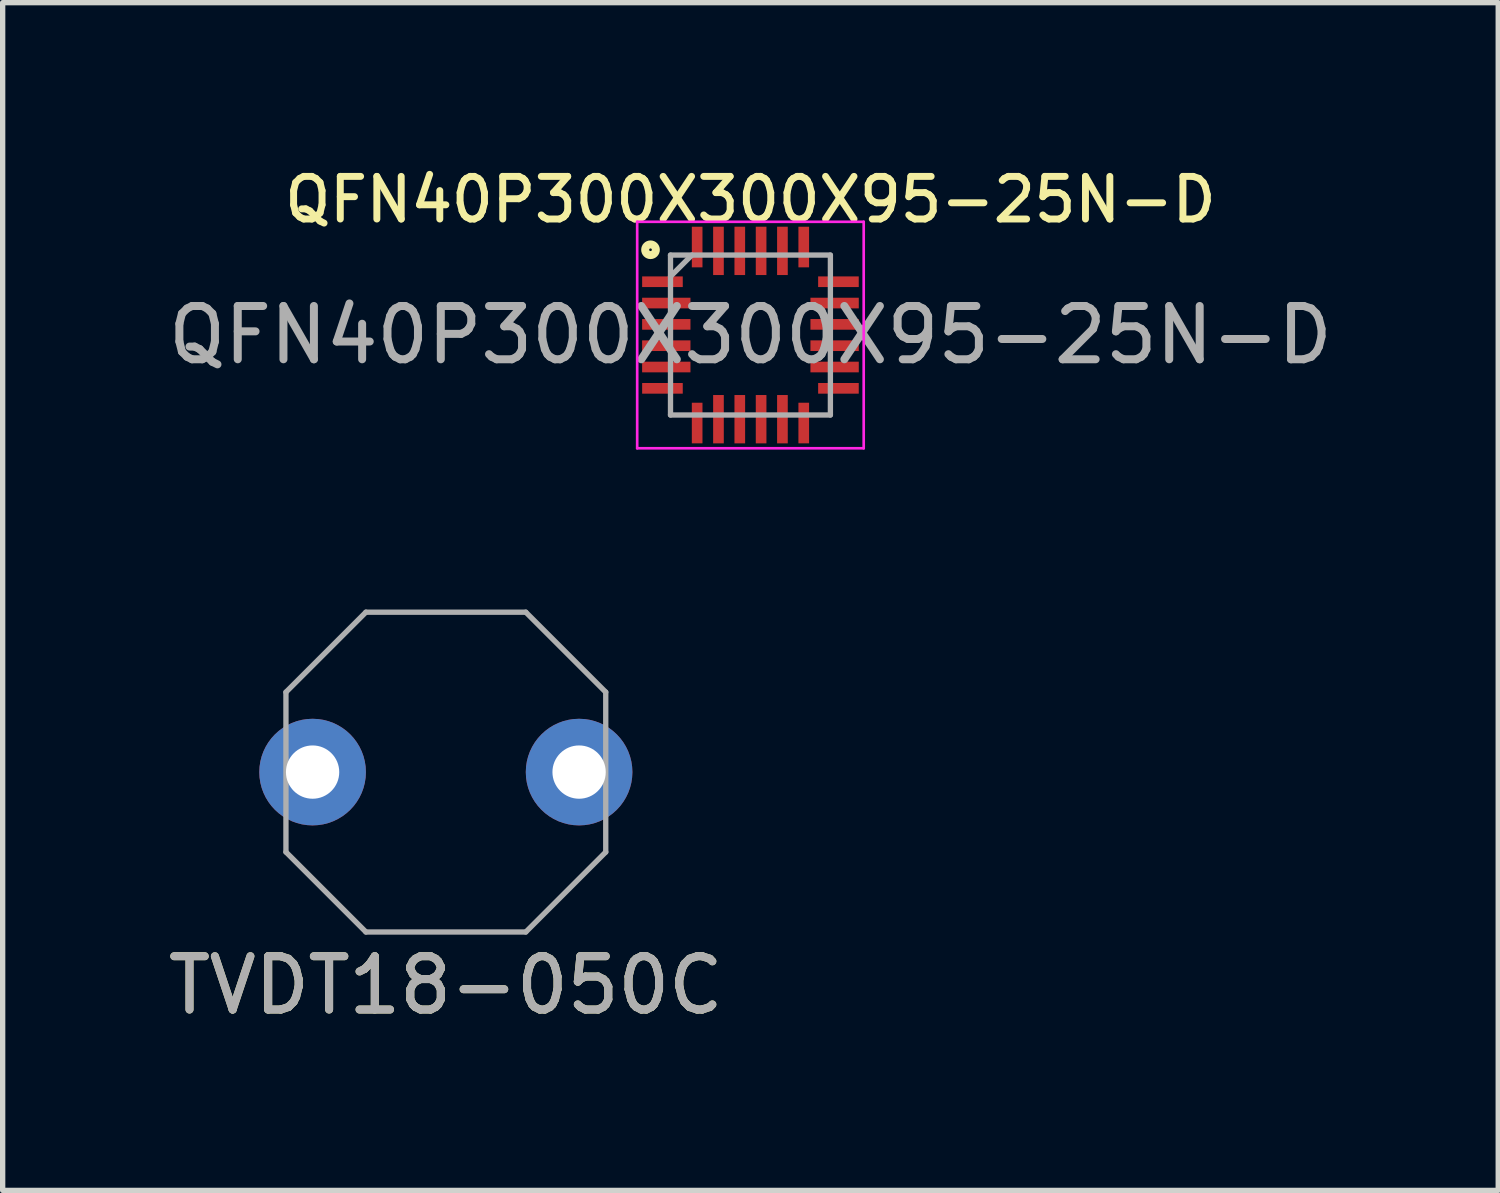
<source format=kicad_pcb>
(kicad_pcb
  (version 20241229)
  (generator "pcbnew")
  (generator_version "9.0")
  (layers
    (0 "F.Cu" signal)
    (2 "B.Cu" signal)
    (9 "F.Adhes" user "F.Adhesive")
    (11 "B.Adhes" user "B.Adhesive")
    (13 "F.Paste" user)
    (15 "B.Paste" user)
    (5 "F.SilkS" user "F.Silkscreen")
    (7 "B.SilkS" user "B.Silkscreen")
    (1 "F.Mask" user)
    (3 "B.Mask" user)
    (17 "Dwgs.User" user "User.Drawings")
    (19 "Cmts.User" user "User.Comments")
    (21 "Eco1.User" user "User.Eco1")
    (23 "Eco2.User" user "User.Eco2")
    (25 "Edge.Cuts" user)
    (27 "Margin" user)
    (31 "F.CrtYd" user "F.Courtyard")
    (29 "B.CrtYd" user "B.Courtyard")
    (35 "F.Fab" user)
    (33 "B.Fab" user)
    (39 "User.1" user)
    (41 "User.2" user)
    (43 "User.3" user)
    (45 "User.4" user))
  (footprint "TVDT18-050C"
    (layer "F.Cu")
    (at 5.315 11.436)
    (property "Reference" "TVDT18-050C" (at 0 4 0) (unlocked yes) (layer "F.SilkS") (effects (font (size 1 1) (thickness 0.15))))
    (attr through_hole)
    (fp_line (start -3 -1.5) (end -1.5 -3) (stroke (width 0.1) (type solid)) (layer "F.Fab"))
    (fp_line (start -3 1.5) (end -3 -1.5) (stroke (width 0.1) (type solid)) (layer "F.Fab"))
    (fp_line (start -1.5 -3) (end 1.5 -3) (stroke (width 0.1) (type solid)) (layer "F.Fab"))
    (fp_line (start -1.5 3) (end -3 1.5) (stroke (width 0.1) (type solid)) (layer "F.Fab"))
    (fp_line (start 1.5 -3) (end 3 -1.5) (stroke (width 0.1) (type solid)) (layer "F.Fab"))
    (fp_line (start 1.5 3) (end -1.5 3) (stroke (width 0.1) (type solid)) (layer "F.Fab"))
    (fp_line (start 3 -1.5) (end 3 1.5) (stroke (width 0.1) (type solid)) (layer "F.Fab"))
    (fp_line (start 3 1.5) (end 1.5 3) (stroke (width 0.1) (type solid)) (layer "F.Fab"))
    (fp_text user "${REFERENCE}" (at 0 4 0) (unlocked yes) (layer "F.Fab") (effects (font (size 1 1) (thickness 0.15))))
    (pad "1" thru_hole circle (at -2.5 0) (size 2 2) (drill 1) (layers "*.Cu" "*.Mask"))
    (pad "2" thru_hole circle (at 2.5 0) (size 2 2) (drill 1) (layers "*.Cu" "*.Mask")))
  (footprint "QFN40P300X300X95-25N-D"
    (layer "F.Cu")
    (at 11.03 3.236)
    (property "Reference" "QFN40P300X300X95-25N-D" (at 0 -2.54 0) (unlocked yes) (layer "F.SilkS") (effects (font (size 0.8 0.8) (thickness 0.13))))
    (attr smd)
    (fp_circle (center -1.875 -1.6) (end -1.875 -1.5) (stroke (width 0.15) (type solid)) (fill no) (layer "F.SilkS"))
    (fp_line (start -2.125 -2.125) (end 2.125 -2.125) (stroke (width 0.05) (type solid)) (layer "F.CrtYd"))
    (fp_line (start -2.125 2.125) (end -2.125 -2.125) (stroke (width 0.05) (type solid)) (layer "F.CrtYd"))
    (fp_line (start 2.125 -2.125) (end 2.125 2.125) (stroke (width 0.05) (type solid)) (layer "F.CrtYd"))
    (fp_line (start 2.125 2.125) (end -2.125 2.125) (stroke (width 0.05) (type solid)) (layer "F.CrtYd"))
    (fp_line (start -1.5 -1.5) (end 1.5 -1.5) (stroke (width 0.1) (type solid)) (layer "F.Fab"))
    (fp_line (start -1.5 -1.1) (end -1.1 -1.5) (stroke (width 0.1) (type solid)) (layer "F.Fab"))
    (fp_line (start -1.5 1.5) (end -1.5 -1.5) (stroke (width 0.1) (type solid)) (layer "F.Fab"))
    (fp_line (start 1.5 -1.5) (end 1.5 1.5) (stroke (width 0.1) (type solid)) (layer "F.Fab"))
    (fp_line (start 1.5 1.5) (end -1.5 1.5) (stroke (width 0.1) (type solid)) (layer "F.Fab"))
    (fp_text user "${REFERENCE}" (at 0 0 0) (unlocked yes) (layer "F.Fab") (effects (font (size 1 1) (thickness 0.15))))
    (pad "1" smd rect (at -1.651 -1 90) (size 0.2 0.762) (layers "F.Cu" "F.Mask" "F.Paste"))
    (pad "2" smd rect (at -1.579 -0.6 90) (size 0.2 0.907) (layers "F.Cu" "F.Mask" "F.Paste"))
    (pad "3" smd rect (at -1.579 -0.2 90) (size 0.2 0.907) (layers "F.Cu" "F.Mask" "F.Paste"))
    (pad "4" smd rect (at -1.579 0.2 90) (size 0.2 0.907) (layers "F.Cu" "F.Mask" "F.Paste"))
    (pad "5" smd rect (at -1.579 0.6 90) (size 0.2 0.907) (layers "F.Cu" "F.Mask" "F.Paste"))
    (pad "6" smd rect (at -1.651 1 90) (size 0.2 0.762) (layers "F.Cu" "F.Mask" "F.Paste"))
    (pad "7" smd rect (at -1 1.651) (size 0.2 0.762) (layers "F.Cu" "F.Mask" "F.Paste"))
    (pad "8" smd rect (at -0.6 1.579) (size 0.2 0.907) (layers "F.Cu" "F.Mask" "F.Paste"))
    (pad "9" smd rect (at -0.2 1.579) (size 0.2 0.907) (layers "F.Cu" "F.Mask" "F.Paste"))
    (pad "10" smd rect (at 0.2 1.579) (size 0.2 0.907) (layers "F.Cu" "F.Mask" "F.Paste"))
    (pad "11" smd rect (at 0.6 1.579) (size 0.2 0.907) (layers "F.Cu" "F.Mask" "F.Paste"))
    (pad "12" smd rect (at 1 1.651) (size 0.2 0.762) (layers "F.Cu" "F.Mask" "F.Paste"))
    (pad "13" smd rect (at 1.651 1 90) (size 0.2 0.762) (layers "F.Cu" "F.Mask" "F.Paste"))
    (pad "14" smd rect (at 1.579 0.6 90) (size 0.2 0.907) (layers "F.Cu" "F.Mask" "F.Paste"))
    (pad "15" smd rect (at 1.579 0.2 90) (size 0.2 0.907) (layers "F.Cu" "F.Mask" "F.Paste"))
    (pad "16" smd rect (at 1.579 -0.2 90) (size 0.2 0.907) (layers "F.Cu" "F.Mask" "F.Paste"))
    (pad "17" smd rect (at 1.579 -0.6 90) (size 0.2 0.907) (layers "F.Cu" "F.Mask" "F.Paste"))
    (pad "18" smd rect (at 1.651 -1 90) (size 0.2 0.762) (layers "F.Cu" "F.Mask" "F.Paste"))
    (pad "19" smd rect (at 1 -1.651) (size 0.2 0.762) (layers "F.Cu" "F.Mask" "F.Paste"))
    (pad "20" smd rect (at 0.6 -1.579) (size 0.2 0.907) (layers "F.Cu" "F.Mask" "F.Paste"))
    (pad "21" smd rect (at 0.2 -1.579) (size 0.2 0.907) (layers "F.Cu" "F.Mask" "F.Paste"))
    (pad "22" smd rect (at -0.2 -1.579) (size 0.2 0.907) (layers "F.Cu" "F.Mask" "F.Paste"))
    (pad "23" smd rect (at -0.6 -1.579) (size 0.2 0.907) (layers "F.Cu" "F.Mask" "F.Paste"))
    (pad "24" smd rect (at -1 -1.651) (size 0.2 0.762) (layers "F.Cu" "F.Mask" "F.Paste"))
    (zone (net_name "") (layers "F.Cu" "B.Cu") (hatch edge 0.508) (connect_pads) (min_thickness 0.254) (filled_areas_thickness no) (keepout (tracks allowed) (vias not_allowed) (pads allowed) (copperpour not_allowed) (footprints allowed)) (placement (enabled no)) (fill) (polygon (pts (xy 12.53 1.736) (xy 9.53 1.736) (xy 9.53 4.736) (xy 12.53 4.736)))))
  (gr_rect
    (start -3 -3)
    (end 25.06 19.284)
    (stroke (width 0.1) (type default))
    (fill no)
    (layer "Edge.Cuts")))
</source>
